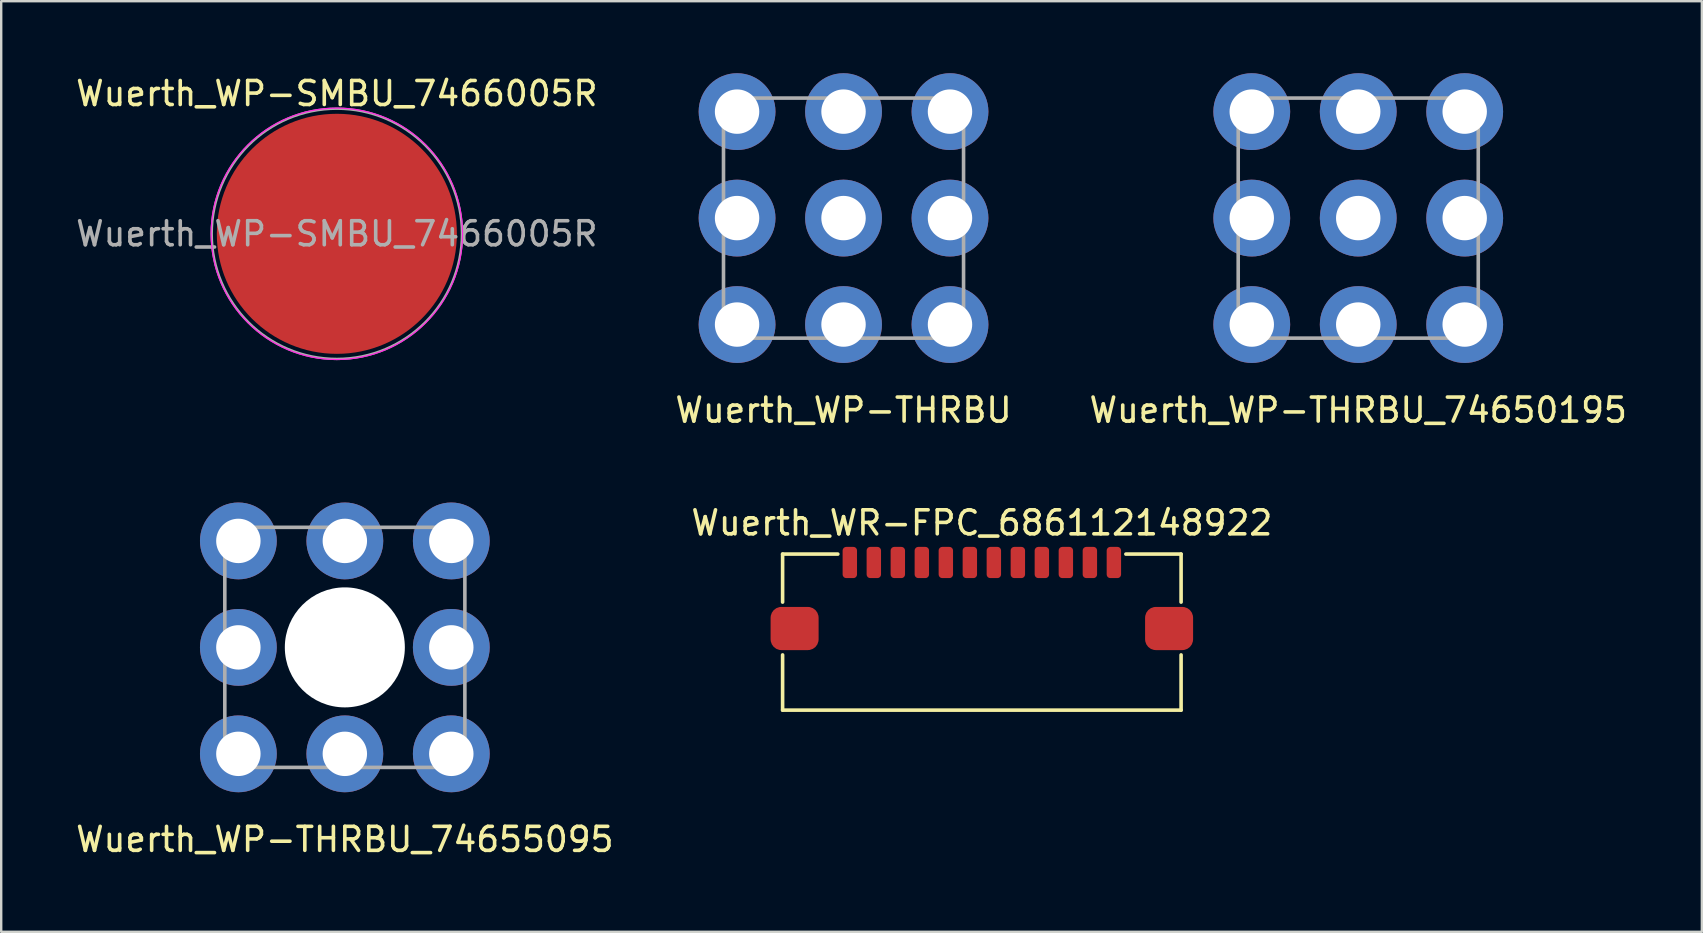
<source format=kicad_pcb>
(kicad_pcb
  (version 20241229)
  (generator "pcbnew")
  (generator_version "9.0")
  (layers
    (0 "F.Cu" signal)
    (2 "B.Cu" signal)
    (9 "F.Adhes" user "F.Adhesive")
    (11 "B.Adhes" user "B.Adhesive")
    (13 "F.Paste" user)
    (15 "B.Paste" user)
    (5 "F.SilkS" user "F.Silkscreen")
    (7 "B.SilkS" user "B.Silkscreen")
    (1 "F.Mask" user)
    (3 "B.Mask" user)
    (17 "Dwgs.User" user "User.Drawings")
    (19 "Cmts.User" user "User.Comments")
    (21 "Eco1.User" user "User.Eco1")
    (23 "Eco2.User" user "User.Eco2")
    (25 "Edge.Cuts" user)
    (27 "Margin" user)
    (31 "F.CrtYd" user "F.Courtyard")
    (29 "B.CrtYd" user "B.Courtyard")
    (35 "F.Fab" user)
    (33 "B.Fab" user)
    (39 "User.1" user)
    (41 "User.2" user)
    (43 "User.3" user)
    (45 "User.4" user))
  (footprint "Wuerth_WR-FPC_686112148922"
    (layer "F.Cu")
    (at 37.851 23.032)
    (property "Reference" "Wuerth_WR-FPC_686112148922" (at 0 -4.3 0) (layer "F.SilkS") (effects (font (size 1 1) (thickness 0.15))))
    (attr through_hole)
    (fp_line (start -8.3 -3) (end -6 -3) (stroke (width 0.15) (type solid)) (layer "F.SilkS"))
    (fp_line (start -8.3 -1) (end -8.3 -3) (stroke (width 0.15) (type solid)) (layer "F.SilkS"))
    (fp_line (start -8.3 1.2) (end -8.3 3.5) (stroke (width 0.15) (type solid)) (layer "F.SilkS"))
    (fp_line (start -8.3 3.5) (end 8.3 3.5) (stroke (width 0.15) (type solid)) (layer "F.SilkS"))
    (fp_line (start 8.3 -3) (end 6 -3) (stroke (width 0.15) (type solid)) (layer "F.SilkS"))
    (fp_line (start 8.3 -1) (end 8.3 -3) (stroke (width 0.15) (type solid)) (layer "F.SilkS"))
    (fp_line (start 8.3 1.2) (end 8.3 3.5) (stroke (width 0.15) (type solid)) (layer "F.SilkS"))
    (pad "" smd roundrect (at -7.8 0.1) (size 2 1.8) (layers "F.Cu" "F.Mask" "F.Paste") (roundrect_rratio 0.25))
    (pad "" smd roundrect (at 7.8 0.1) (size 2 1.8) (layers "F.Cu" "F.Mask" "F.Paste") (roundrect_rratio 0.25))
    (pad "1" smd roundrect (at -5.5 -2.65) (size 0.6 1.3) (layers "F.Cu" "F.Mask" "F.Paste") (roundrect_rratio 0.25))
    (pad "2" smd roundrect (at -4.5 -2.65) (size 0.6 1.3) (layers "F.Cu" "F.Mask" "F.Paste") (roundrect_rratio 0.25))
    (pad "3" smd roundrect (at -3.5 -2.65) (size 0.6 1.3) (layers "F.Cu" "F.Mask" "F.Paste") (roundrect_rratio 0.25))
    (pad "4" smd roundrect (at -2.5 -2.65) (size 0.6 1.3) (layers "F.Cu" "F.Mask" "F.Paste") (roundrect_rratio 0.25))
    (pad "5" smd roundrect (at -1.5 -2.65) (size 0.6 1.3) (layers "F.Cu" "F.Mask" "F.Paste") (roundrect_rratio 0.25))
    (pad "6" smd roundrect (at -0.5 -2.65) (size 0.6 1.3) (layers "F.Cu" "F.Mask" "F.Paste") (roundrect_rratio 0.25))
    (pad "7" smd roundrect (at 0.5 -2.65) (size 0.6 1.3) (layers "F.Cu" "F.Mask" "F.Paste") (roundrect_rratio 0.25))
    (pad "8" smd roundrect (at 1.5 -2.65) (size 0.6 1.3) (layers "F.Cu" "F.Mask" "F.Paste") (roundrect_rratio 0.25))
    (pad "9" smd roundrect (at 2.5 -2.65) (size 0.6 1.3) (layers "F.Cu" "F.Mask" "F.Paste") (roundrect_rratio 0.25))
    (pad "10" smd roundrect (at 3.5 -2.65) (size 0.6 1.3) (layers "F.Cu" "F.Mask" "F.Paste") (roundrect_rratio 0.25))
    (pad "11" smd roundrect (at 4.5 -2.65) (size 0.6 1.3) (layers "F.Cu" "F.Mask" "F.Paste") (roundrect_rratio 0.25))
    (pad "12" smd roundrect (at 5.5 -2.65) (size 0.6 1.3) (layers "F.Cu" "F.Mask" "F.Paste") (roundrect_rratio 0.25)))
  (footprint "Wuerth_WP-THRBU_74650195"
    (layer "F.Cu")
    (at 53.53 6.035)
    (property "Reference" "Wuerth_WP-THRBU_74650195" (at 0 8 0) (layer "F.SilkS") (effects (font (size 1 1) (thickness 0.15))))
    (attr through_hole)
    (fp_line (start -5 -5) (end 5 -5) (stroke (width 0.15) (type solid)) (layer "F.Fab"))
    (fp_line (start -5 5) (end -5 -5) (stroke (width 0.15) (type solid)) (layer "F.Fab"))
    (fp_line (start 5 -5) (end 5 5) (stroke (width 0.15) (type solid)) (layer "F.Fab"))
    (fp_line (start 5 5) (end -5 5) (stroke (width 0.15) (type solid)) (layer "F.Fab"))
    (pad "1" thru_hole circle (at -4.435 -4.435) (size 3.2 3.2) (drill 1.85) (layers "*.Cu" "*.Mask" "F.Paste"))
    (pad "1" thru_hole circle (at -4.435 0) (size 3.2 3.2) (drill 1.85) (layers "*.Cu" "*.Mask" "F.Paste"))
    (pad "1" thru_hole circle (at -4.435 4.435) (size 3.2 3.2) (drill 1.85) (layers "*.Cu" "*.Mask" "F.Paste"))
    (pad "1" thru_hole circle (at 0 -4.435) (size 3.2 3.2) (drill 1.85) (layers "*.Cu" "*.Mask" "F.Paste"))
    (pad "1" thru_hole circle (at 0 0) (size 3.2 3.2) (drill 1.85) (layers "*.Cu" "*.Mask" "F.Paste"))
    (pad "1" thru_hole circle (at 0 4.435) (size 3.2 3.2) (drill 1.85) (layers "*.Cu" "*.Mask" "F.Paste"))
    (pad "1" thru_hole circle (at 4.435 -4.435) (size 3.2 3.2) (drill 1.85) (layers "*.Cu" "*.Mask" "F.Paste"))
    (pad "1" thru_hole circle (at 4.435 0) (size 3.2 3.2) (drill 1.85) (layers "*.Cu" "*.Mask" "F.Paste"))
    (pad "1" thru_hole circle (at 4.435 4.435) (size 3.2 3.2) (drill 1.85) (layers "*.Cu" "*.Mask" "F.Paste")))
  (footprint "Wuerth_WP-SMBU_7466005R"
    (layer "F.Cu")
    (at 10.982 6.69)
    (property "Reference" "Wuerth_WP-SMBU_7466005R" (at 0 -5.842 0) (layer "F.SilkS") (effects (font (size 1 1) (thickness 0.15))))
    (attr exclude_from_pos_files exclude_from_bom)
    (fp_poly (pts (xy -0.5 -0.5) (xy -4.8 -0.5) (xy -4.7 -1.1) (xy -4.4 -2) (xy -3.7 -3.1) (xy -3.1 -3.7) (xy -2 -4.4) (xy -1.1 -4.7) (xy -0.5 -4.8)) (stroke (width 0.12) (type solid)) (fill yes) (layer "F.Paste"))
    (fp_poly (pts (xy -0.5 0.5) (xy -0.5 4.8) (xy -1.1 4.7) (xy -2 4.4) (xy -3.1 3.7) (xy -3.7 3.1) (xy -4.4 2) (xy -4.7 1.1) (xy -4.8 0.5)) (stroke (width 0.12) (type solid)) (fill yes) (layer "F.Paste"))
    (fp_poly (pts (xy 0.5 -0.5) (xy 0.5 -4.8) (xy 1.1 -4.7) (xy 2 -4.4) (xy 3.1 -3.7) (xy 3.7 -3.1) (xy 4.4 -2) (xy 4.7 -1.1) (xy 4.8 -0.5)) (stroke (width 0.12) (type solid)) (fill yes) (layer "F.Paste"))
    (fp_poly (pts (xy 0.5 0.5) (xy 4.8 0.5) (xy 4.7 1.1) (xy 4.4 2) (xy 3.7 3.1) (xy 3.1 3.7) (xy 2 4.4) (xy 1.1 4.7) (xy 0.5 4.8)) (stroke (width 0.12) (type solid)) (fill yes) (layer "F.Paste"))
    (fp_circle (center 0 0) (end 4.064 3.302) (stroke (width 0.05) (type solid)) (fill no) (layer "F.CrtYd"))
    (fp_circle (center 0 0) (end 3.556 3.81) (stroke (width 0.1) (type solid)) (fill no) (layer "F.Fab"))
    (fp_text user "${REFERENCE}" (at 0 0 0) (layer "F.Fab") (effects (font (size 1 1) (thickness 0.15))))
    (pad "1" smd circle (at 0 0) (size 10 10) (layers "F.Cu" "F.Mask")))
  (footprint "Wuerth_WP-THRBU"
    (layer "F.Cu")
    (at 32.089 6.035)
    (property "Reference" "Wuerth_WP-THRBU" (at 0 8 0) (layer "F.SilkS") (effects (font (size 1 1) (thickness 0.15))))
    (attr through_hole)
    (fp_line (start -5 -5) (end 5 -5) (stroke (width 0.15) (type solid)) (layer "F.Fab"))
    (fp_line (start -5 5) (end -5 -5) (stroke (width 0.15) (type solid)) (layer "F.Fab"))
    (fp_line (start 5 -5) (end 5 5) (stroke (width 0.15) (type solid)) (layer "F.Fab"))
    (fp_line (start 5 5) (end -5 5) (stroke (width 0.15) (type solid)) (layer "F.Fab"))
    (pad "1" thru_hole circle (at -4.435 -4.435) (size 3.2 3.2) (drill 1.85) (layers "*.Cu" "*.Mask" "F.Paste"))
    (pad "1" thru_hole circle (at -4.435 0) (size 3.2 3.2) (drill 1.85) (layers "*.Cu" "*.Mask" "F.Paste"))
    (pad "1" thru_hole circle (at -4.435 4.435) (size 3.2 3.2) (drill 1.85) (layers "*.Cu" "*.Mask" "F.Paste"))
    (pad "1" thru_hole circle (at 0 -4.435) (size 3.2 3.2) (drill 1.85) (layers "*.Cu" "*.Mask" "F.Paste"))
    (pad "1" thru_hole circle (at 0 0) (size 3.2 3.2) (drill 1.85) (layers "*.Cu" "*.Mask" "F.Paste"))
    (pad "1" thru_hole circle (at 0 4.435) (size 3.2 3.2) (drill 1.85) (layers "*.Cu" "*.Mask" "F.Paste"))
    (pad "1" thru_hole circle (at 4.435 -4.435) (size 3.2 3.2) (drill 1.85) (layers "*.Cu" "*.Mask" "F.Paste"))
    (pad "1" thru_hole circle (at 4.435 0) (size 3.2 3.2) (drill 1.85) (layers "*.Cu" "*.Mask" "F.Paste"))
    (pad "1" thru_hole circle (at 4.435 4.435) (size 3.2 3.2) (drill 1.85) (layers "*.Cu" "*.Mask" "F.Paste")))
  (footprint "Wuerth_WP-THRBU_74655095"
    (layer "F.Cu")
    (at 11.315 23.918)
    (property "Reference" "Wuerth_WP-THRBU_74655095" (at 0 8 0) (layer "F.SilkS") (effects (font (size 1 1) (thickness 0.15))))
    (attr through_hole)
    (fp_line (start -5 -5) (end 5 -5) (stroke (width 0.15) (type solid)) (layer "F.Fab"))
    (fp_line (start -5 5) (end -5 -5) (stroke (width 0.15) (type solid)) (layer "F.Fab"))
    (fp_line (start 5 -5) (end 5 5) (stroke (width 0.15) (type solid)) (layer "F.Fab"))
    (fp_line (start 5 5) (end -5 5) (stroke (width 0.15) (type solid)) (layer "F.Fab"))
    (pad "" np_thru_hole circle (at 0 0) (size 5 5) (drill 5) (layers "*.Cu" "*.Mask"))
    (pad "1" thru_hole circle (at -4.435 -4.435) (size 3.2 3.2) (drill 1.85) (layers "*.Cu" "*.Mask" "F.Paste"))
    (pad "1" thru_hole circle (at -4.435 0) (size 3.2 3.2) (drill 1.85) (layers "*.Cu" "*.Mask" "F.Paste"))
    (pad "1" thru_hole circle (at -4.435 4.435) (size 3.2 3.2) (drill 1.85) (layers "*.Cu" "*.Mask" "F.Paste"))
    (pad "1" thru_hole circle (at 0 -4.435) (size 3.2 3.2) (drill 1.85) (layers "*.Cu" "*.Mask" "F.Paste"))
    (pad "1" thru_hole circle (at 0 4.435) (size 3.2 3.2) (drill 1.85) (layers "*.Cu" "*.Mask" "F.Paste"))
    (pad "1" thru_hole circle (at 4.435 -4.435) (size 3.2 3.2) (drill 1.85) (layers "*.Cu" "*.Mask" "F.Paste"))
    (pad "1" thru_hole circle (at 4.435 0) (size 3.2 3.2) (drill 1.85) (layers "*.Cu" "*.Mask" "F.Paste"))
    (pad "1" thru_hole circle (at 4.435 4.435) (size 3.2 3.2) (drill 1.85) (layers "*.Cu" "*.Mask" "F.Paste")))
  (gr_rect
    (start -3 -3)
    (end 67.845 35.767)
    (stroke (width 0.1) (type default))
    (fill no)
    (layer "Edge.Cuts")))
</source>
